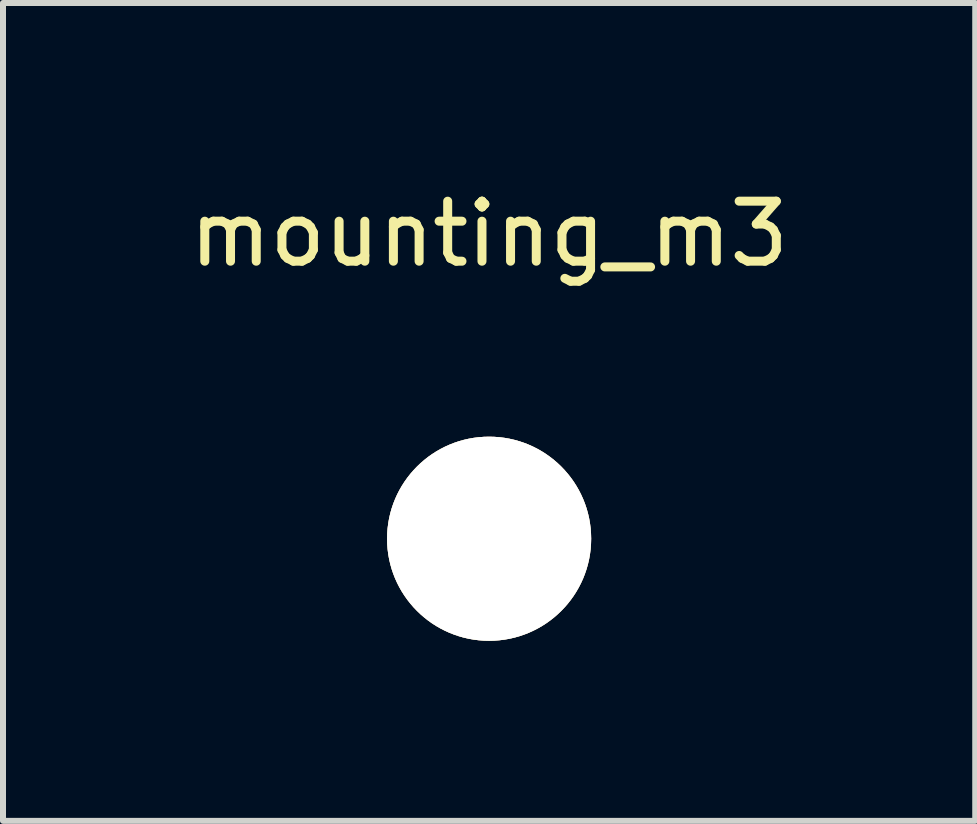
<source format=kicad_pcb>
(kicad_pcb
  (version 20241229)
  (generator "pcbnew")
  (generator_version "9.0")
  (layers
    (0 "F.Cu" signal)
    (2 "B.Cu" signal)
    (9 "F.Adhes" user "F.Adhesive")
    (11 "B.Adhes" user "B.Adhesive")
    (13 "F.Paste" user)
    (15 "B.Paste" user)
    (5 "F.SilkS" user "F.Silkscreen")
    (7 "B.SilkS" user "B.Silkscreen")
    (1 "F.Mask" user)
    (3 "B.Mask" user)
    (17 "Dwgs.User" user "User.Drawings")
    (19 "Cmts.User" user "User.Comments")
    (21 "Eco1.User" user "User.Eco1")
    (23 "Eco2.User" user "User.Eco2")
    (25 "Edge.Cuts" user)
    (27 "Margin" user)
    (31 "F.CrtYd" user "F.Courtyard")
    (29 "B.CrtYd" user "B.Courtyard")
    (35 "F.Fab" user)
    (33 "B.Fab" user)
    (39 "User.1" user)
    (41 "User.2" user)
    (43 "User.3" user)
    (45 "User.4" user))
  (footprint "mounting_m3"
    (layer "F.Cu")
    (at 5.101 5.928)
    (property "Reference" "mounting_m3" (at 0 -5.08 0) (layer "F.SilkS") (effects (font (size 1 1) (thickness 0.15))))
    (attr through_hole)
    (pad "1" thru_hole circle (at 0 0) (size 3.401 3.401) (drill 3.401) (layers "*.Cu" "*.Mask" "F.SilkS")))
  (gr_rect
    (start -3 -3)
    (end 13.202 10.629)
    (stroke (width 0.1) (type default))
    (fill no)
    (layer "Edge.Cuts")))
</source>
